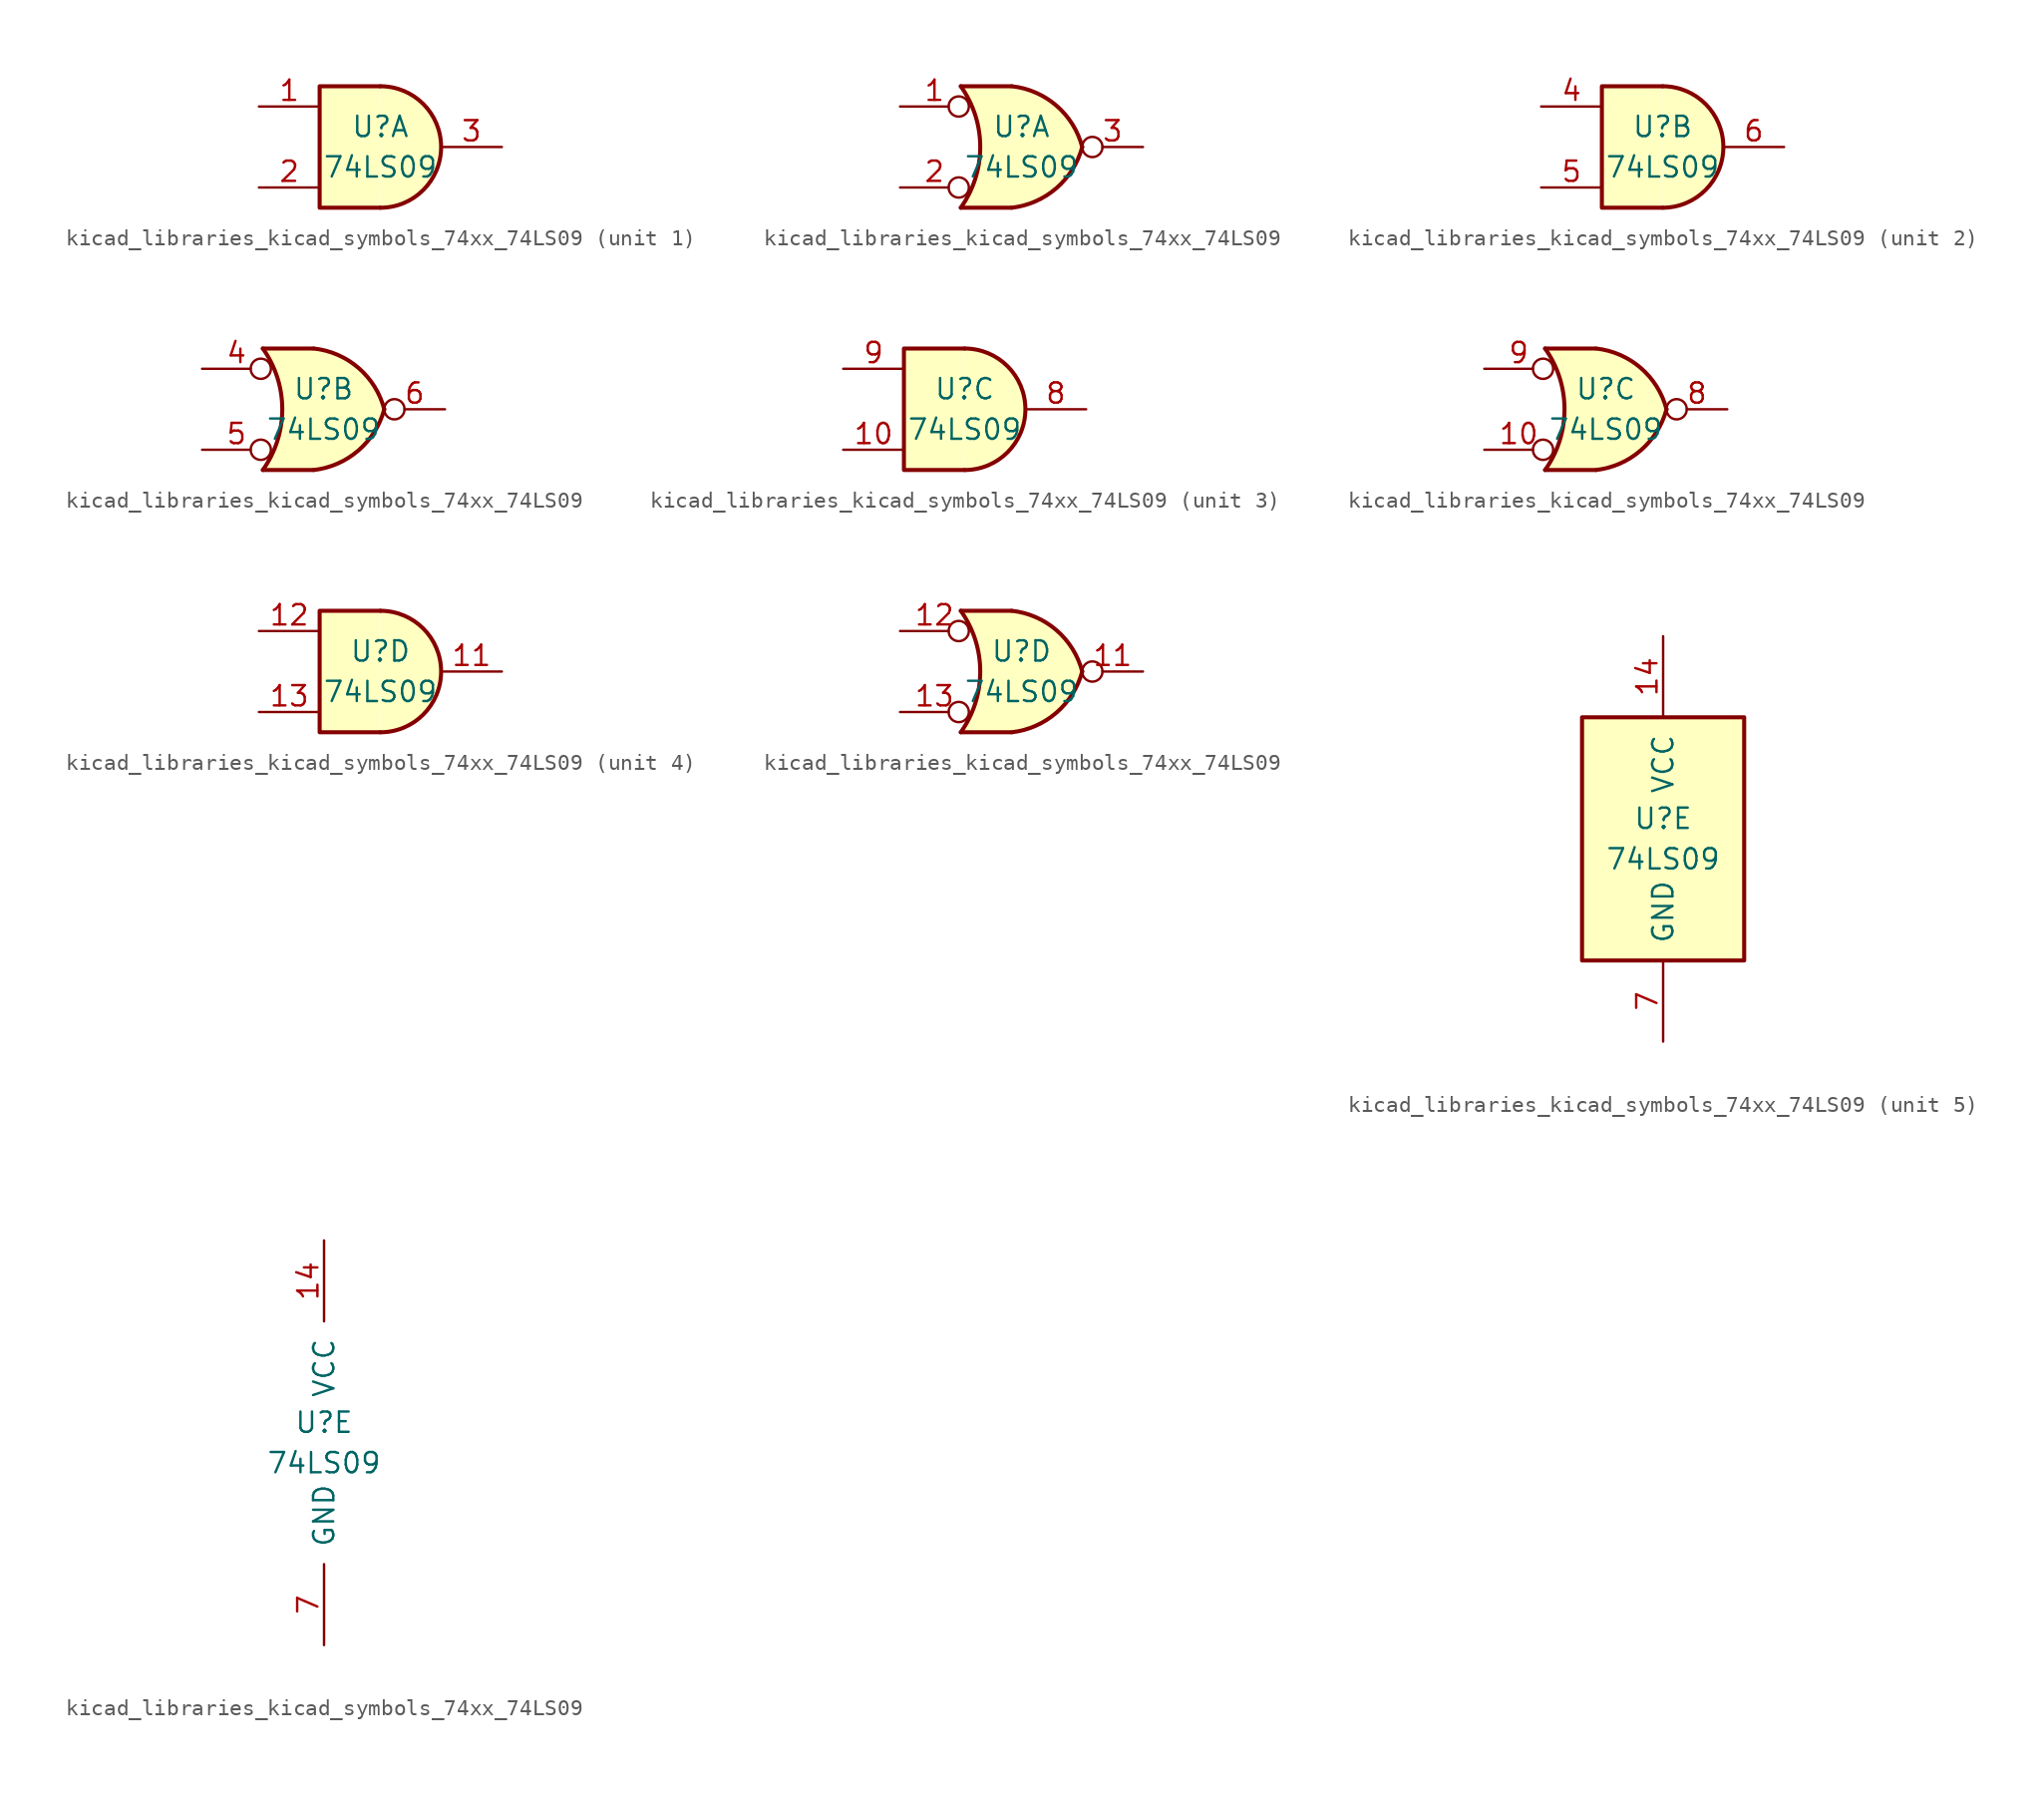
<source format=kicad_sym>
(kicad_symbol_lib
  (version 20220914)
  (generator kicad_symbol_editor)
  (symbol "kicad_libraries_kicad_symbols_74xx_74LS09"
    (pin_names
      (offset 1.016))
    (property "Reference" "U"
      (at 0 1.27 0)
      (effects (font (size 1.27 1.27))))
    (property "Value" "74LS09"
      (at 0 -1.27 0)
      (effects (font (size 1.27 1.27))))
    (property "ki_locked" ""
      (at 0 0 0)
      (effects (font (size 1.27 1.27))))
    (symbol "kicad_libraries_kicad_symbols_74xx_74LS09_1_1"
      (arc (start 0 -3.81) (mid 3.7934 0) (end 0 3.81) (stroke (width 0.254) (type default)) (fill (type background)))
      (polyline (pts (xy 0 3.81) (xy -3.81 3.81) (xy -3.81 -3.81) (xy 0 -3.81)) (stroke (width 0.254) (type default)) (fill (type background)))
      (pin input line (at -7.62 2.54 0) (length 3.81) (name "~" (effects (font (size 1.27 1.27)))) (number "1" (effects (font (size 1.27 1.27)))))
      (pin input line (at -7.62 -2.54 0) (length 3.81) (name "~" (effects (font (size 1.27 1.27)))) (number "2" (effects (font (size 1.27 1.27)))))
      (pin open_collector line (at 7.62 0 180) (length 3.81) (name "~" (effects (font (size 1.27 1.27)))) (number "3" (effects (font (size 1.27 1.27))))))
    (symbol "kicad_libraries_kicad_symbols_74xx_74LS09_1_2"
      (arc (start -3.81 -3.81) (mid -2.589 0) (end -3.81 3.81) (stroke (width 0.254) (type default)) (fill (type none)))
      (arc (start -0.6096 -3.81) (mid 2.1842 -2.5851) (end 3.81 0) (stroke (width 0.254) (type default)) (fill (type background)))
      (polyline (pts (xy -3.81 -3.81) (xy -0.635 -3.81)) (stroke (width 0.254) (type default)) (fill (type background)))
      (polyline (pts (xy -3.81 3.81) (xy -0.635 3.81)) (stroke (width 0.254) (type default)) (fill (type background)))
      (polyline (pts (xy -0.635 3.81) (xy -3.81 3.81) (xy -3.81 3.81) (xy -3.556 3.404) (xy -3.023 2.261) (xy -2.692 1.041) (xy -2.616 -0.254) (xy -2.769 -1.499) (xy -3.175 -2.718) (xy -3.81 -3.81) (xy -3.81 -3.81) (xy -0.635 -3.81)) (stroke (width -25.4) (type default)) (fill (type background)))
      (arc (start 3.81 0) (mid 2.1915 2.5936) (end -0.6096 3.81) (stroke (width 0.254) (type default)) (fill (type background)))
      (pin input inverted (at -7.62 2.54 0) (length 4.318) (name "~" (effects (font (size 1.27 1.27)))) (number "1" (effects (font (size 1.27 1.27)))))
      (pin input inverted (at -7.62 -2.54 0) (length 4.318) (name "~" (effects (font (size 1.27 1.27)))) (number "2" (effects (font (size 1.27 1.27)))))
      (pin output inverted (at 7.62 0 180) (length 3.81) (name "~" (effects (font (size 1.27 1.27)))) (number "3" (effects (font (size 1.27 1.27))))))
    (symbol "kicad_libraries_kicad_symbols_74xx_74LS09_2_1"
      (arc (start 0 -3.81) (mid 3.7934 0) (end 0 3.81) (stroke (width 0.254) (type default)) (fill (type background)))
      (polyline (pts (xy 0 3.81) (xy -3.81 3.81) (xy -3.81 -3.81) (xy 0 -3.81)) (stroke (width 0.254) (type default)) (fill (type background)))
      (pin input line (at -7.62 2.54 0) (length 3.81) (name "~" (effects (font (size 1.27 1.27)))) (number "4" (effects (font (size 1.27 1.27)))))
      (pin input line (at -7.62 -2.54 0) (length 3.81) (name "~" (effects (font (size 1.27 1.27)))) (number "5" (effects (font (size 1.27 1.27)))))
      (pin open_collector line (at 7.62 0 180) (length 3.81) (name "~" (effects (font (size 1.27 1.27)))) (number "6" (effects (font (size 1.27 1.27))))))
    (symbol "kicad_libraries_kicad_symbols_74xx_74LS09_2_2"
      (arc (start -3.81 -3.81) (mid -2.589 0) (end -3.81 3.81) (stroke (width 0.254) (type default)) (fill (type none)))
      (arc (start -0.6096 -3.81) (mid 2.1842 -2.5851) (end 3.81 0) (stroke (width 0.254) (type default)) (fill (type background)))
      (polyline (pts (xy -3.81 -3.81) (xy -0.635 -3.81)) (stroke (width 0.254) (type default)) (fill (type background)))
      (polyline (pts (xy -3.81 3.81) (xy -0.635 3.81)) (stroke (width 0.254) (type default)) (fill (type background)))
      (polyline (pts (xy -0.635 3.81) (xy -3.81 3.81) (xy -3.81 3.81) (xy -3.556 3.404) (xy -3.023 2.261) (xy -2.692 1.041) (xy -2.616 -0.254) (xy -2.769 -1.499) (xy -3.175 -2.718) (xy -3.81 -3.81) (xy -3.81 -3.81) (xy -0.635 -3.81)) (stroke (width -25.4) (type default)) (fill (type background)))
      (arc (start 3.81 0) (mid 2.1915 2.5936) (end -0.6096 3.81) (stroke (width 0.254) (type default)) (fill (type background)))
      (pin input inverted (at -7.62 2.54 0) (length 4.318) (name "~" (effects (font (size 1.27 1.27)))) (number "4" (effects (font (size 1.27 1.27)))))
      (pin input inverted (at -7.62 -2.54 0) (length 4.318) (name "~" (effects (font (size 1.27 1.27)))) (number "5" (effects (font (size 1.27 1.27)))))
      (pin output inverted (at 7.62 0 180) (length 3.81) (name "~" (effects (font (size 1.27 1.27)))) (number "6" (effects (font (size 1.27 1.27))))))
    (symbol "kicad_libraries_kicad_symbols_74xx_74LS09_3_1"
      (arc (start 0 -3.81) (mid 3.7934 0) (end 0 3.81) (stroke (width 0.254) (type default)) (fill (type background)))
      (polyline (pts (xy 0 3.81) (xy -3.81 3.81) (xy -3.81 -3.81) (xy 0 -3.81)) (stroke (width 0.254) (type default)) (fill (type background)))
      (pin input line (at -7.62 -2.54 0) (length 3.81) (name "~" (effects (font (size 1.27 1.27)))) (number "10" (effects (font (size 1.27 1.27)))))
      (pin open_collector line (at 7.62 0 180) (length 3.81) (name "~" (effects (font (size 1.27 1.27)))) (number "8" (effects (font (size 1.27 1.27)))))
      (pin input line (at -7.62 2.54 0) (length 3.81) (name "~" (effects (font (size 1.27 1.27)))) (number "9" (effects (font (size 1.27 1.27))))))
    (symbol "kicad_libraries_kicad_symbols_74xx_74LS09_3_2"
      (arc (start -3.81 -3.81) (mid -2.589 0) (end -3.81 3.81) (stroke (width 0.254) (type default)) (fill (type none)))
      (arc (start -0.6096 -3.81) (mid 2.1842 -2.5851) (end 3.81 0) (stroke (width 0.254) (type default)) (fill (type background)))
      (polyline (pts (xy -3.81 -3.81) (xy -0.635 -3.81)) (stroke (width 0.254) (type default)) (fill (type background)))
      (polyline (pts (xy -3.81 3.81) (xy -0.635 3.81)) (stroke (width 0.254) (type default)) (fill (type background)))
      (polyline (pts (xy -0.635 3.81) (xy -3.81 3.81) (xy -3.81 3.81) (xy -3.556 3.404) (xy -3.023 2.261) (xy -2.692 1.041) (xy -2.616 -0.254) (xy -2.769 -1.499) (xy -3.175 -2.718) (xy -3.81 -3.81) (xy -3.81 -3.81) (xy -0.635 -3.81)) (stroke (width -25.4) (type default)) (fill (type background)))
      (arc (start 3.81 0) (mid 2.1915 2.5936) (end -0.6096 3.81) (stroke (width 0.254) (type default)) (fill (type background)))
      (pin input inverted (at -7.62 -2.54 0) (length 4.318) (name "~" (effects (font (size 1.27 1.27)))) (number "10" (effects (font (size 1.27 1.27)))))
      (pin output inverted (at 7.62 0 180) (length 3.81) (name "~" (effects (font (size 1.27 1.27)))) (number "8" (effects (font (size 1.27 1.27)))))
      (pin input inverted (at -7.62 2.54 0) (length 4.318) (name "~" (effects (font (size 1.27 1.27)))) (number "9" (effects (font (size 1.27 1.27))))))
    (symbol "kicad_libraries_kicad_symbols_74xx_74LS09_4_1"
      (arc (start 0 -3.81) (mid 3.7934 0) (end 0 3.81) (stroke (width 0.254) (type default)) (fill (type background)))
      (polyline (pts (xy 0 3.81) (xy -3.81 3.81) (xy -3.81 -3.81) (xy 0 -3.81)) (stroke (width 0.254) (type default)) (fill (type background)))
      (pin open_collector line (at 7.62 0 180) (length 3.81) (name "~" (effects (font (size 1.27 1.27)))) (number "11" (effects (font (size 1.27 1.27)))))
      (pin input line (at -7.62 2.54 0) (length 3.81) (name "~" (effects (font (size 1.27 1.27)))) (number "12" (effects (font (size 1.27 1.27)))))
      (pin input line (at -7.62 -2.54 0) (length 3.81) (name "~" (effects (font (size 1.27 1.27)))) (number "13" (effects (font (size 1.27 1.27))))))
    (symbol "kicad_libraries_kicad_symbols_74xx_74LS09_4_2"
      (arc (start -3.81 -3.81) (mid -2.589 0) (end -3.81 3.81) (stroke (width 0.254) (type default)) (fill (type none)))
      (arc (start -0.6096 -3.81) (mid 2.1842 -2.5851) (end 3.81 0) (stroke (width 0.254) (type default)) (fill (type background)))
      (polyline (pts (xy -3.81 -3.81) (xy -0.635 -3.81)) (stroke (width 0.254) (type default)) (fill (type background)))
      (polyline (pts (xy -3.81 3.81) (xy -0.635 3.81)) (stroke (width 0.254) (type default)) (fill (type background)))
      (polyline (pts (xy -0.635 3.81) (xy -3.81 3.81) (xy -3.81 3.81) (xy -3.556 3.404) (xy -3.023 2.261) (xy -2.692 1.041) (xy -2.616 -0.254) (xy -2.769 -1.499) (xy -3.175 -2.718) (xy -3.81 -3.81) (xy -3.81 -3.81) (xy -0.635 -3.81)) (stroke (width -25.4) (type default)) (fill (type background)))
      (arc (start 3.81 0) (mid 2.1915 2.5936) (end -0.6096 3.81) (stroke (width 0.254) (type default)) (fill (type background)))
      (pin output inverted (at 7.62 0 180) (length 3.81) (name "~" (effects (font (size 1.27 1.27)))) (number "11" (effects (font (size 1.27 1.27)))))
      (pin input inverted (at -7.62 2.54 0) (length 4.318) (name "~" (effects (font (size 1.27 1.27)))) (number "12" (effects (font (size 1.27 1.27)))))
      (pin input inverted (at -7.62 -2.54 0) (length 4.318) (name "~" (effects (font (size 1.27 1.27)))) (number "13" (effects (font (size 1.27 1.27))))))
    (symbol "kicad_libraries_kicad_symbols_74xx_74LS09_5_0"
      (pin power_in line (at 0 12.7 270) (length 5.08) (name "VCC" (effects (font (size 1.27 1.27)))) (number "14" (effects (font (size 1.27 1.27)))))
      (pin power_in line (at 0 -12.7 90) (length 5.08) (name "GND" (effects (font (size 1.27 1.27)))) (number "7" (effects (font (size 1.27 1.27))))))
    (symbol "kicad_libraries_kicad_symbols_74xx_74LS09_5_1"
      (rectangle (start -5.08 7.62) (end 5.08 -7.62) (stroke (width 0.254) (type default)) (fill (type background))))))
</source>
